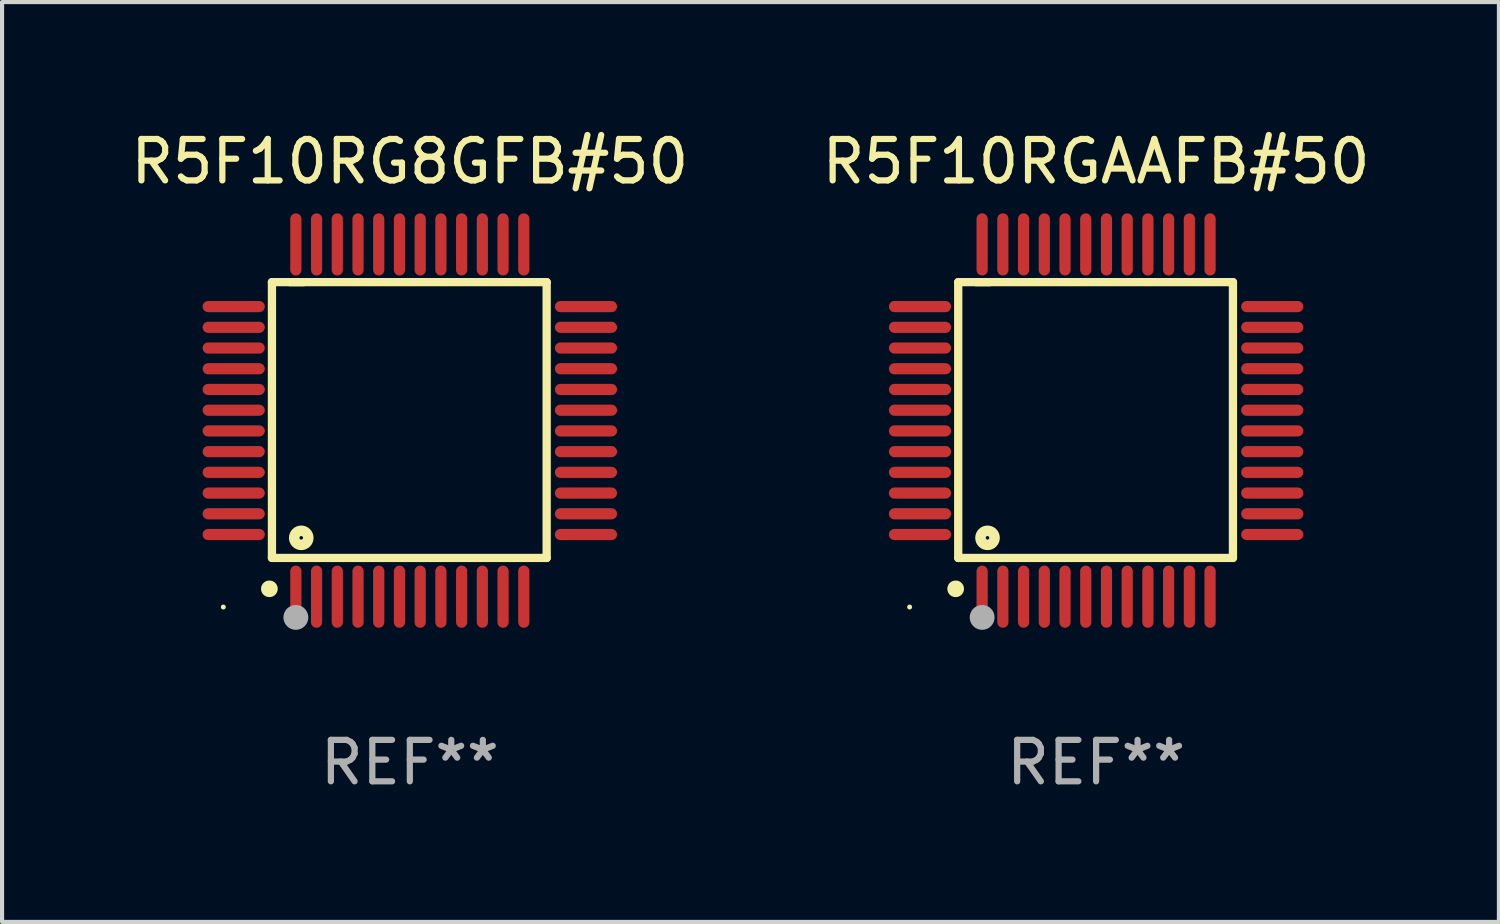
<source format=kicad_pcb>
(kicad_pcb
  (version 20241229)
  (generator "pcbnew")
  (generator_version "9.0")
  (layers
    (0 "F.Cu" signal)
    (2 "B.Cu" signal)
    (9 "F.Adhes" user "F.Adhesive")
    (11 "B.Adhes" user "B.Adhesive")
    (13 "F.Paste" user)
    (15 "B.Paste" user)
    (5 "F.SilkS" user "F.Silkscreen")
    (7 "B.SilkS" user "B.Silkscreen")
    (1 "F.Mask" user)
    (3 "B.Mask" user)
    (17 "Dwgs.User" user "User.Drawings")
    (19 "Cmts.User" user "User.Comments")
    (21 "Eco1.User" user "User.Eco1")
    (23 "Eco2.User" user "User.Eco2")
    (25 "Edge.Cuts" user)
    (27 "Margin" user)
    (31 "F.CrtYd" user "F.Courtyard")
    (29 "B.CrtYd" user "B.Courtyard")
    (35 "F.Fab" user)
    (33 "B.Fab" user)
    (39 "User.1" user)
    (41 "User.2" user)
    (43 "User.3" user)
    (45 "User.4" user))
  (footprint "R5F10RG8GFB#50"
    (layer "F.Cu")
    (at 6.839 7.098)
    (property "Reference" "R5F10RG8GFB#50" (at 0 -6.25 0) (layer "F.SilkS") (effects (font (size 1 1) (thickness 0.15))))
    (attr through_hole)
    (fp_line (start -3.327 -3.34) (end -2.565 -3.34) (stroke (width 0.2) (type solid)) (layer "F.SilkS"))
    (fp_line (start -3.327 3.315) (end -3.327 -3.34) (stroke (width 0.2) (type solid)) (layer "F.SilkS"))
    (fp_line (start -2.896 -3.34) (end 3.302 -3.34) (stroke (width 0.2) (type solid)) (layer "F.SilkS"))
    (fp_line (start 3.302 -3.34) (end 3.302 3.315) (stroke (width 0.2) (type solid)) (layer "F.SilkS"))
    (fp_line (start 3.302 3.315) (end -3.327 3.315) (stroke (width 0.2) (type solid)) (layer "F.SilkS"))
    (fp_arc (start -3.389992 4.059995) (mid -3.388722 4.059991) (end -3.387452 4.059995) (stroke (width 0.4) (type solid)) (layer "F.SilkS"))
    (fp_circle (center -4.5 4.5) (end -4.47 4.5) (stroke (width 0.06) (type solid)) (fill no) (layer "F.SilkS"))
    (fp_circle (center -2.62 2.83) (end -2.45 2.83) (stroke (width 0.254) (type solid)) (fill no) (layer "F.SilkS"))
    (fp_circle (center -2.75 4.75) (end -2.6 4.75) (stroke (width 0.3) (type solid)) (fill no) (layer "F.Fab"))
    (fp_text user "REF**" (at 0 8.25 0) (layer "F.Fab") (effects (font (size 1 1) (thickness 0.15))))
    (pad "1" smd oval (at -2.75 4.25) (size 0.27 1.5) (layers "F.Cu" "F.Mask" "F.Paste"))
    (pad "2" smd oval (at -2.25 4.25) (size 0.27 1.5) (layers "F.Cu" "F.Mask" "F.Paste"))
    (pad "3" smd oval (at -1.75 4.25) (size 0.27 1.5) (layers "F.Cu" "F.Mask" "F.Paste"))
    (pad "4" smd oval (at -1.25 4.25) (size 0.27 1.5) (layers "F.Cu" "F.Mask" "F.Paste"))
    (pad "5" smd oval (at -0.75 4.25) (size 0.27 1.5) (layers "F.Cu" "F.Mask" "F.Paste"))
    (pad "6" smd oval (at -0.25 4.25) (size 0.27 1.5) (layers "F.Cu" "F.Mask" "F.Paste"))
    (pad "7" smd oval (at 0.25 4.25) (size 0.27 1.5) (layers "F.Cu" "F.Mask" "F.Paste"))
    (pad "8" smd oval (at 0.75 4.25) (size 0.27 1.5) (layers "F.Cu" "F.Mask" "F.Paste"))
    (pad "9" smd oval (at 1.25 4.25) (size 0.27 1.5) (layers "F.Cu" "F.Mask" "F.Paste"))
    (pad "10" smd oval (at 1.75 4.25) (size 0.27 1.5) (layers "F.Cu" "F.Mask" "F.Paste"))
    (pad "11" smd oval (at 2.25 4.25) (size 0.27 1.5) (layers "F.Cu" "F.Mask" "F.Paste"))
    (pad "12" smd oval (at 2.75 4.25) (size 0.27 1.5) (layers "F.Cu" "F.Mask" "F.Paste"))
    (pad "13" smd oval (at 4.25 2.75) (size 1.5 0.27) (layers "F.Cu" "F.Mask" "F.Paste"))
    (pad "14" smd oval (at 4.25 2.25) (size 1.5 0.27) (layers "F.Cu" "F.Mask" "F.Paste"))
    (pad "15" smd oval (at 4.25 1.75) (size 1.5 0.27) (layers "F.Cu" "F.Mask" "F.Paste"))
    (pad "16" smd oval (at 4.25 1.25) (size 1.5 0.27) (layers "F.Cu" "F.Mask" "F.Paste"))
    (pad "17" smd oval (at 4.25 0.75) (size 1.5 0.27) (layers "F.Cu" "F.Mask" "F.Paste"))
    (pad "18" smd oval (at 4.25 0.25) (size 1.5 0.27) (layers "F.Cu" "F.Mask" "F.Paste"))
    (pad "19" smd oval (at 4.25 -0.25) (size 1.5 0.27) (layers "F.Cu" "F.Mask" "F.Paste"))
    (pad "20" smd oval (at 4.25 -0.75) (size 1.5 0.27) (layers "F.Cu" "F.Mask" "F.Paste"))
    (pad "21" smd oval (at 4.25 -1.25) (size 1.5 0.27) (layers "F.Cu" "F.Mask" "F.Paste"))
    (pad "22" smd oval (at 4.25 -1.75) (size 1.5 0.27) (layers "F.Cu" "F.Mask" "F.Paste"))
    (pad "23" smd oval (at 4.25 -2.25) (size 1.5 0.27) (layers "F.Cu" "F.Mask" "F.Paste"))
    (pad "24" smd oval (at 4.25 -2.75) (size 1.5 0.27) (layers "F.Cu" "F.Mask" "F.Paste"))
    (pad "25" smd oval (at 2.75 -4.25) (size 0.27 1.5) (layers "F.Cu" "F.Mask" "F.Paste"))
    (pad "26" smd oval (at 2.25 -4.25) (size 0.27 1.5) (layers "F.Cu" "F.Mask" "F.Paste"))
    (pad "27" smd oval (at 1.75 -4.25) (size 0.27 1.5) (layers "F.Cu" "F.Mask" "F.Paste"))
    (pad "28" smd oval (at 1.25 -4.25) (size 0.27 1.5) (layers "F.Cu" "F.Mask" "F.Paste"))
    (pad "29" smd oval (at 0.75 -4.25) (size 0.27 1.5) (layers "F.Cu" "F.Mask" "F.Paste"))
    (pad "30" smd oval (at 0.25 -4.25) (size 0.27 1.5) (layers "F.Cu" "F.Mask" "F.Paste"))
    (pad "31" smd oval (at -0.25 -4.25) (size 0.27 1.5) (layers "F.Cu" "F.Mask" "F.Paste"))
    (pad "32" smd oval (at -0.75 -4.25) (size 0.27 1.5) (layers "F.Cu" "F.Mask" "F.Paste"))
    (pad "33" smd oval (at -1.25 -4.25) (size 0.27 1.5) (layers "F.Cu" "F.Mask" "F.Paste"))
    (pad "34" smd oval (at -1.75 -4.25) (size 0.27 1.5) (layers "F.Cu" "F.Mask" "F.Paste"))
    (pad "35" smd oval (at -2.25 -4.25) (size 0.27 1.5) (layers "F.Cu" "F.Mask" "F.Paste"))
    (pad "36" smd oval (at -2.75 -4.25) (size 0.27 1.5) (layers "F.Cu" "F.Mask" "F.Paste"))
    (pad "37" smd oval (at -4.25 -2.75) (size 1.5 0.27) (layers "F.Cu" "F.Mask" "F.Paste"))
    (pad "38" smd oval (at -4.25 -2.25) (size 1.5 0.27) (layers "F.Cu" "F.Mask" "F.Paste"))
    (pad "39" smd oval (at -4.25 -1.75) (size 1.5 0.27) (layers "F.Cu" "F.Mask" "F.Paste"))
    (pad "40" smd oval (at -4.25 -1.25) (size 1.5 0.27) (layers "F.Cu" "F.Mask" "F.Paste"))
    (pad "41" smd oval (at -4.25 -0.75) (size 1.5 0.27) (layers "F.Cu" "F.Mask" "F.Paste"))
    (pad "42" smd oval (at -4.25 -0.25) (size 1.5 0.27) (layers "F.Cu" "F.Mask" "F.Paste"))
    (pad "43" smd oval (at -4.25 0.25) (size 1.5 0.27) (layers "F.Cu" "F.Mask" "F.Paste"))
    (pad "44" smd oval (at -4.25 0.75) (size 1.5 0.27) (layers "F.Cu" "F.Mask" "F.Paste"))
    (pad "45" smd oval (at -4.25 1.25) (size 1.5 0.27) (layers "F.Cu" "F.Mask" "F.Paste"))
    (pad "46" smd oval (at -4.25 1.75) (size 1.5 0.27) (layers "F.Cu" "F.Mask" "F.Paste"))
    (pad "47" smd oval (at -4.25 2.25) (size 1.5 0.27) (layers "F.Cu" "F.Mask" "F.Paste"))
    (pad "48" smd oval (at -4.25 2.75) (size 1.5 0.27) (layers "F.Cu" "F.Mask" "F.Paste")))
  (footprint "R5F10RGAAFB#50"
    (layer "F.Cu")
    (at 23.399 7.098)
    (property "Reference" "R5F10RGAAFB#50" (at 0 -6.25 0) (layer "F.SilkS") (effects (font (size 1 1) (thickness 0.15))))
    (attr through_hole)
    (fp_line (start -3.327 -3.34) (end -2.565 -3.34) (stroke (width 0.2) (type solid)) (layer "F.SilkS"))
    (fp_line (start -3.327 3.315) (end -3.327 -3.34) (stroke (width 0.2) (type solid)) (layer "F.SilkS"))
    (fp_line (start -2.896 -3.34) (end 3.302 -3.34) (stroke (width 0.2) (type solid)) (layer "F.SilkS"))
    (fp_line (start 3.302 -3.34) (end 3.302 3.315) (stroke (width 0.2) (type solid)) (layer "F.SilkS"))
    (fp_line (start 3.302 3.315) (end -3.327 3.315) (stroke (width 0.2) (type solid)) (layer "F.SilkS"))
    (fp_arc (start -3.389992 4.059995) (mid -3.388722 4.059991) (end -3.387452 4.059995) (stroke (width 0.4) (type solid)) (layer "F.SilkS"))
    (fp_circle (center -4.5 4.5) (end -4.47 4.5) (stroke (width 0.06) (type solid)) (fill no) (layer "F.SilkS"))
    (fp_circle (center -2.62 2.83) (end -2.45 2.83) (stroke (width 0.254) (type solid)) (fill no) (layer "F.SilkS"))
    (fp_circle (center -2.75 4.75) (end -2.6 4.75) (stroke (width 0.3) (type solid)) (fill no) (layer "F.Fab"))
    (fp_text user "REF**" (at 0 8.25 0) (layer "F.Fab") (effects (font (size 1 1) (thickness 0.15))))
    (pad "1" smd oval (at -2.75 4.25) (size 0.27 1.5) (layers "F.Cu" "F.Mask" "F.Paste"))
    (pad "2" smd oval (at -2.25 4.25) (size 0.27 1.5) (layers "F.Cu" "F.Mask" "F.Paste"))
    (pad "3" smd oval (at -1.75 4.25) (size 0.27 1.5) (layers "F.Cu" "F.Mask" "F.Paste"))
    (pad "4" smd oval (at -1.25 4.25) (size 0.27 1.5) (layers "F.Cu" "F.Mask" "F.Paste"))
    (pad "5" smd oval (at -0.75 4.25) (size 0.27 1.5) (layers "F.Cu" "F.Mask" "F.Paste"))
    (pad "6" smd oval (at -0.25 4.25) (size 0.27 1.5) (layers "F.Cu" "F.Mask" "F.Paste"))
    (pad "7" smd oval (at 0.25 4.25) (size 0.27 1.5) (layers "F.Cu" "F.Mask" "F.Paste"))
    (pad "8" smd oval (at 0.75 4.25) (size 0.27 1.5) (layers "F.Cu" "F.Mask" "F.Paste"))
    (pad "9" smd oval (at 1.25 4.25) (size 0.27 1.5) (layers "F.Cu" "F.Mask" "F.Paste"))
    (pad "10" smd oval (at 1.75 4.25) (size 0.27 1.5) (layers "F.Cu" "F.Mask" "F.Paste"))
    (pad "11" smd oval (at 2.25 4.25) (size 0.27 1.5) (layers "F.Cu" "F.Mask" "F.Paste"))
    (pad "12" smd oval (at 2.75 4.25) (size 0.27 1.5) (layers "F.Cu" "F.Mask" "F.Paste"))
    (pad "13" smd oval (at 4.25 2.75) (size 1.5 0.27) (layers "F.Cu" "F.Mask" "F.Paste"))
    (pad "14" smd oval (at 4.25 2.25) (size 1.5 0.27) (layers "F.Cu" "F.Mask" "F.Paste"))
    (pad "15" smd oval (at 4.25 1.75) (size 1.5 0.27) (layers "F.Cu" "F.Mask" "F.Paste"))
    (pad "16" smd oval (at 4.25 1.25) (size 1.5 0.27) (layers "F.Cu" "F.Mask" "F.Paste"))
    (pad "17" smd oval (at 4.25 0.75) (size 1.5 0.27) (layers "F.Cu" "F.Mask" "F.Paste"))
    (pad "18" smd oval (at 4.25 0.25) (size 1.5 0.27) (layers "F.Cu" "F.Mask" "F.Paste"))
    (pad "19" smd oval (at 4.25 -0.25) (size 1.5 0.27) (layers "F.Cu" "F.Mask" "F.Paste"))
    (pad "20" smd oval (at 4.25 -0.75) (size 1.5 0.27) (layers "F.Cu" "F.Mask" "F.Paste"))
    (pad "21" smd oval (at 4.25 -1.25) (size 1.5 0.27) (layers "F.Cu" "F.Mask" "F.Paste"))
    (pad "22" smd oval (at 4.25 -1.75) (size 1.5 0.27) (layers "F.Cu" "F.Mask" "F.Paste"))
    (pad "23" smd oval (at 4.25 -2.25) (size 1.5 0.27) (layers "F.Cu" "F.Mask" "F.Paste"))
    (pad "24" smd oval (at 4.25 -2.75) (size 1.5 0.27) (layers "F.Cu" "F.Mask" "F.Paste"))
    (pad "25" smd oval (at 2.75 -4.25) (size 0.27 1.5) (layers "F.Cu" "F.Mask" "F.Paste"))
    (pad "26" smd oval (at 2.25 -4.25) (size 0.27 1.5) (layers "F.Cu" "F.Mask" "F.Paste"))
    (pad "27" smd oval (at 1.75 -4.25) (size 0.27 1.5) (layers "F.Cu" "F.Mask" "F.Paste"))
    (pad "28" smd oval (at 1.25 -4.25) (size 0.27 1.5) (layers "F.Cu" "F.Mask" "F.Paste"))
    (pad "29" smd oval (at 0.75 -4.25) (size 0.27 1.5) (layers "F.Cu" "F.Mask" "F.Paste"))
    (pad "30" smd oval (at 0.25 -4.25) (size 0.27 1.5) (layers "F.Cu" "F.Mask" "F.Paste"))
    (pad "31" smd oval (at -0.25 -4.25) (size 0.27 1.5) (layers "F.Cu" "F.Mask" "F.Paste"))
    (pad "32" smd oval (at -0.75 -4.25) (size 0.27 1.5) (layers "F.Cu" "F.Mask" "F.Paste"))
    (pad "33" smd oval (at -1.25 -4.25) (size 0.27 1.5) (layers "F.Cu" "F.Mask" "F.Paste"))
    (pad "34" smd oval (at -1.75 -4.25) (size 0.27 1.5) (layers "F.Cu" "F.Mask" "F.Paste"))
    (pad "35" smd oval (at -2.25 -4.25) (size 0.27 1.5) (layers "F.Cu" "F.Mask" "F.Paste"))
    (pad "36" smd oval (at -2.75 -4.25) (size 0.27 1.5) (layers "F.Cu" "F.Mask" "F.Paste"))
    (pad "37" smd oval (at -4.25 -2.75) (size 1.5 0.27) (layers "F.Cu" "F.Mask" "F.Paste"))
    (pad "38" smd oval (at -4.25 -2.25) (size 1.5 0.27) (layers "F.Cu" "F.Mask" "F.Paste"))
    (pad "39" smd oval (at -4.25 -1.75) (size 1.5 0.27) (layers "F.Cu" "F.Mask" "F.Paste"))
    (pad "40" smd oval (at -4.25 -1.25) (size 1.5 0.27) (layers "F.Cu" "F.Mask" "F.Paste"))
    (pad "41" smd oval (at -4.25 -0.75) (size 1.5 0.27) (layers "F.Cu" "F.Mask" "F.Paste"))
    (pad "42" smd oval (at -4.25 -0.25) (size 1.5 0.27) (layers "F.Cu" "F.Mask" "F.Paste"))
    (pad "43" smd oval (at -4.25 0.25) (size 1.5 0.27) (layers "F.Cu" "F.Mask" "F.Paste"))
    (pad "44" smd oval (at -4.25 0.75) (size 1.5 0.27) (layers "F.Cu" "F.Mask" "F.Paste"))
    (pad "45" smd oval (at -4.25 1.25) (size 1.5 0.27) (layers "F.Cu" "F.Mask" "F.Paste"))
    (pad "46" smd oval (at -4.25 1.75) (size 1.5 0.27) (layers "F.Cu" "F.Mask" "F.Paste"))
    (pad "47" smd oval (at -4.25 2.25) (size 1.5 0.27) (layers "F.Cu" "F.Mask" "F.Paste"))
    (pad "48" smd oval (at -4.25 2.75) (size 1.5 0.27) (layers "F.Cu" "F.Mask" "F.Paste")))
  (gr_rect
    (start -3 -3)
    (end 33.119 19.196)
    (stroke (width 0.1) (type default))
    (fill no)
    (layer "Edge.Cuts")))
</source>
